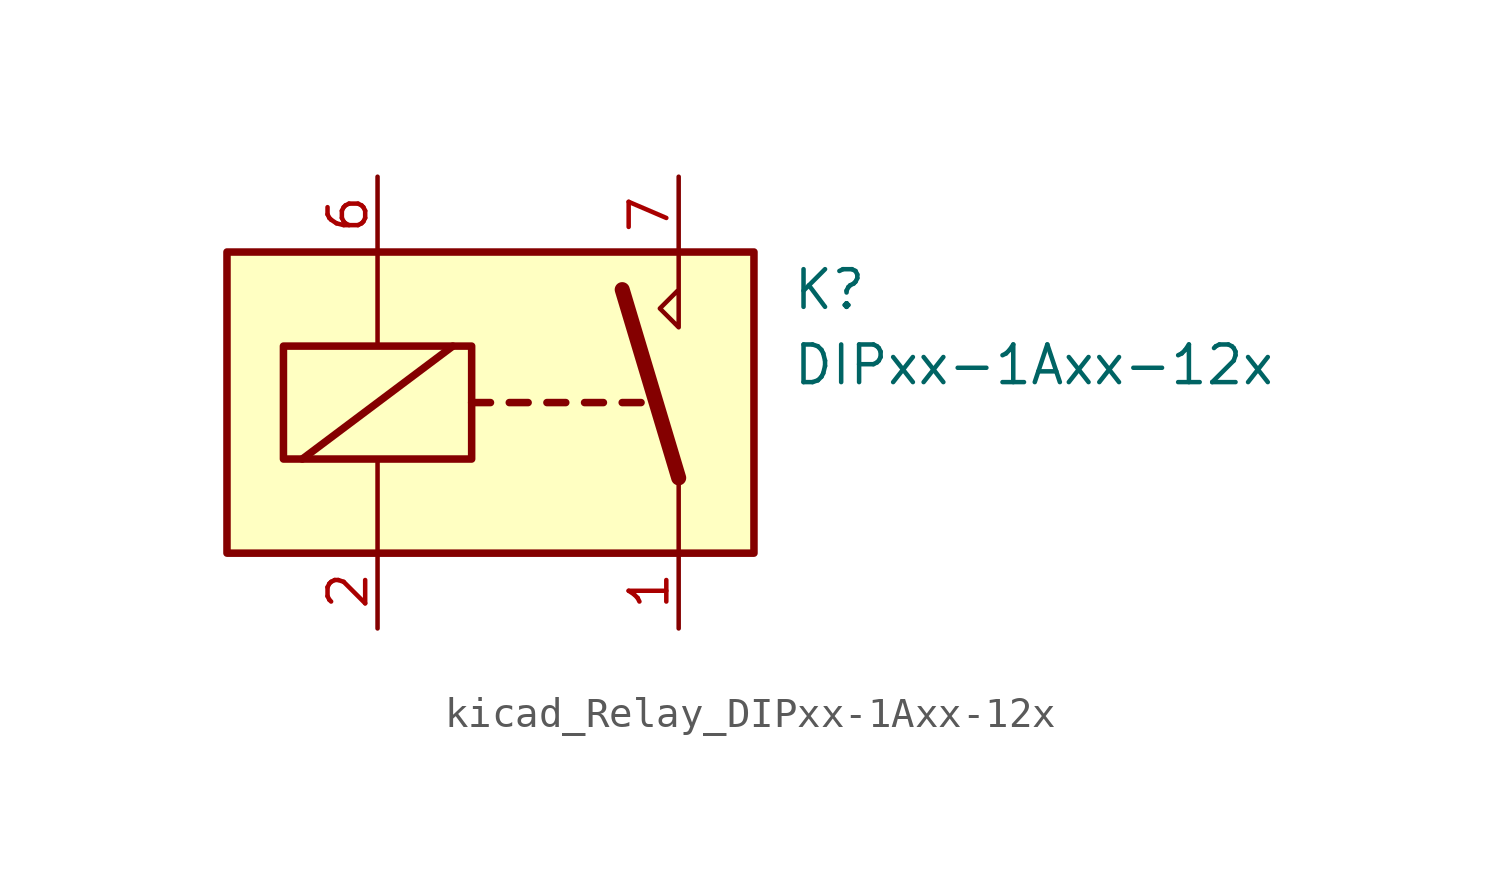
<source format=kicad_sym>
(kicad_symbol_lib
  (version 20220914)
  (generator kicad_symbol_editor)
  (symbol "kicad_Relay_DIPxx-1Axx-12x"
    (property "Reference" "K"
      (at 8.89 3.81 0)
      (effects (font (size 1.27 1.27)) (justify left)))
    (property "Value" "DIPxx-1Axx-12x"
      (at 8.89 1.27 0)
      (effects (font (size 1.27 1.27)) (justify left)))
    (symbol "kicad_Relay_DIPxx-1Axx-12x_0_0"
      (polyline (pts (xy 5.08 5.08) (xy 5.08 2.54) (xy 4.445 3.175) (xy 5.08 3.81)) (stroke (width 0) (type default)) (fill (type none))))
    (symbol "kicad_Relay_DIPxx-1Axx-12x_0_1"
      (rectangle (start -10.16 5.08) (end 7.62 -5.08) (stroke (width 0.254) (type default)) (fill (type background)))
      (rectangle (start -8.255 1.905) (end -1.905 -1.905) (stroke (width 0.254) (type default)) (fill (type none)))
      (polyline (pts (xy -7.62 -1.905) (xy -2.54 1.905)) (stroke (width 0.254) (type default)) (fill (type none)))
      (polyline (pts (xy -5.08 -5.08) (xy -5.08 -1.905)) (stroke (width 0) (type default)) (fill (type none)))
      (polyline (pts (xy -5.08 5.08) (xy -5.08 1.905)) (stroke (width 0) (type default)) (fill (type none)))
      (polyline (pts (xy -1.905 0) (xy -1.27 0)) (stroke (width 0.254) (type default)) (fill (type none)))
      (polyline (pts (xy -0.635 0) (xy 0 0)) (stroke (width 0.254) (type default)) (fill (type none)))
      (polyline (pts (xy 0.635 0) (xy 1.27 0)) (stroke (width 0.254) (type default)) (fill (type none)))
      (polyline (pts (xy 1.905 0) (xy 2.54 0)) (stroke (width 0.254) (type default)) (fill (type none)))
      (polyline (pts (xy 3.175 0) (xy 3.81 0)) (stroke (width 0.254) (type default)) (fill (type none)))
      (polyline (pts (xy 5.08 -2.54) (xy 3.175 3.81)) (stroke (width 0.508) (type default)) (fill (type none)))
      (polyline (pts (xy 5.08 -2.54) (xy 5.08 -5.08)) (stroke (width 0) (type default)) (fill (type none))))
    (symbol "kicad_Relay_DIPxx-1Axx-12x_1_1"
      (pin passive line (at 5.08 -7.62 90) (length 2.54) (name "~" (effects (font (size 1.27 1.27)))) (number "1" (effects (font (size 1.27 1.27)))))
      (pin passive line (at -5.08 -7.62 90) (length 2.54) hide (name "~" (effects (font (size 1.27 1.27)))) (number "13" (effects (font (size 1.27 1.27)))))
      (pin passive line (at 5.08 -7.62 90) (length 2.54) hide (name "~" (effects (font (size 1.27 1.27)))) (number "14" (effects (font (size 1.27 1.27)))))
      (pin passive line (at -5.08 -7.62 90) (length 2.54) (name "~" (effects (font (size 1.27 1.27)))) (number "2" (effects (font (size 1.27 1.27)))))
      (pin passive line (at -5.08 7.62 270) (length 2.54) (name "~" (effects (font (size 1.27 1.27)))) (number "6" (effects (font (size 1.27 1.27)))))
      (pin passive line (at 5.08 7.62 270) (length 2.54) (name "~" (effects (font (size 1.27 1.27)))) (number "7" (effects (font (size 1.27 1.27)))))
      (pin passive line (at 5.08 7.62 270) (length 2.54) hide (name "~" (effects (font (size 1.27 1.27)))) (number "8" (effects (font (size 1.27 1.27))))))))
</source>
